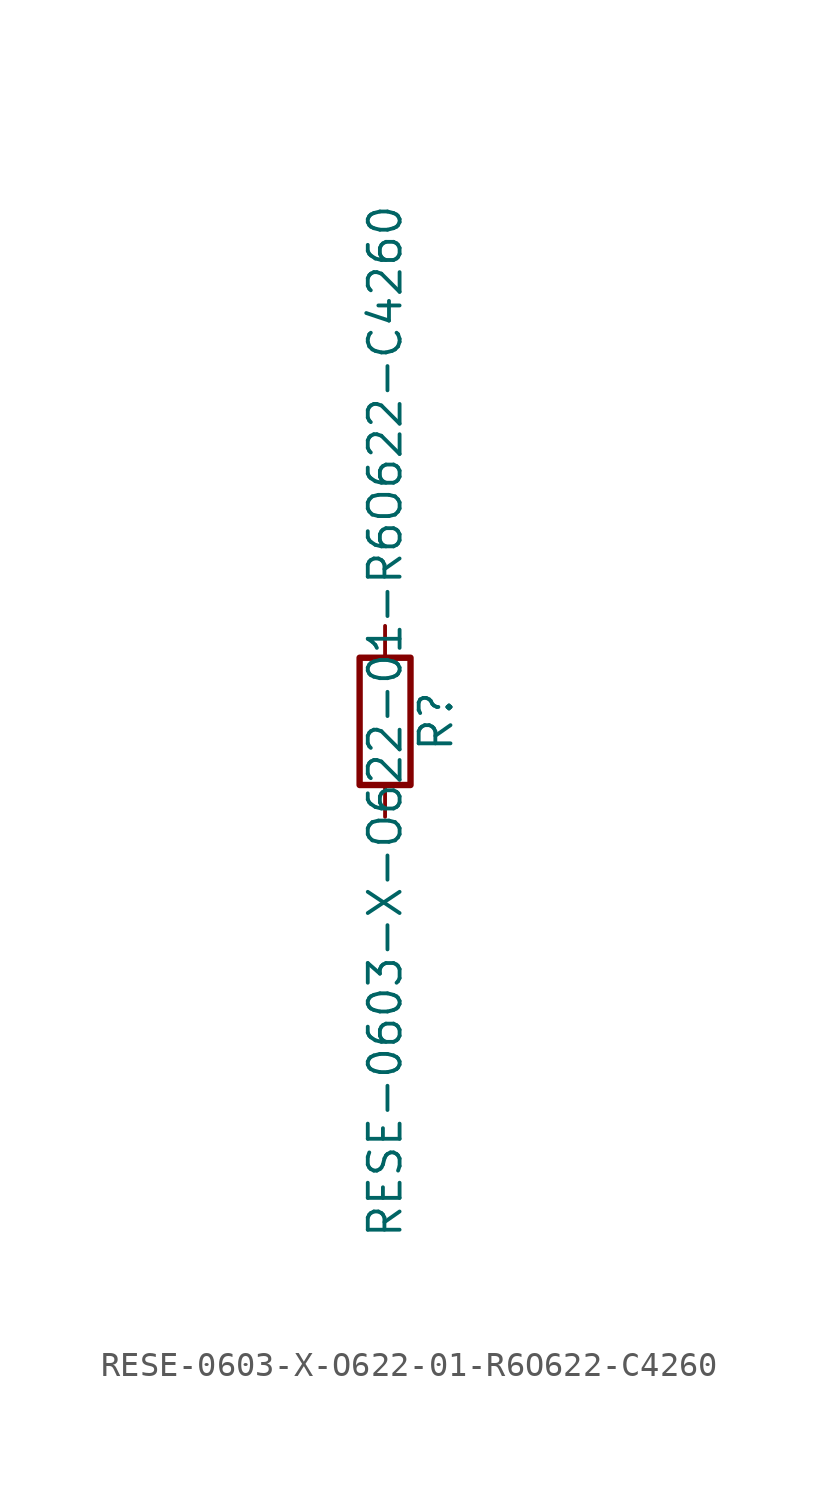
<source format=kicad_sym>
(kicad_symbol_lib
  (version 20211014)
  (generator kicad_symbol_editor)
  (symbol "RESE-0603-X-O622-01-R6O622-C4260"
    (pin_numbers hide)
    (pin_names
      (offset 0))
    (property "Reference" "R"
      (at 2.032 0 90)
      (effects (font (size 1.27 1.27))))
    (property "Value" "RESE-0603-X-O622-01-R6O622-C4260"
      (at 0 0 90)
      (effects (font (size 1.27 1.27))))
    (symbol "RESE-0603-X-O622-01-R6O622-C4260_0_1"
      (rectangle (start -1.016 -2.54) (end 1.016 2.54) (stroke (width 0.254) (type default) (color 0 0 0 0)) (fill (type none))))
    (symbol "RESE-0603-X-O622-01-R6O622-C4260_1_1"
      (pin passive line (at 0 3.81 270) (length 1.27) (name "~" (effects (font (size 1.27 1.27)))) (number "1" (effects (font (size 1.27 1.27)))))
      (pin passive line (at 0 -3.81 90) (length 1.27) (name "~" (effects (font (size 1.27 1.27)))) (number "2" (effects (font (size 1.27 1.27))))))))
</source>
